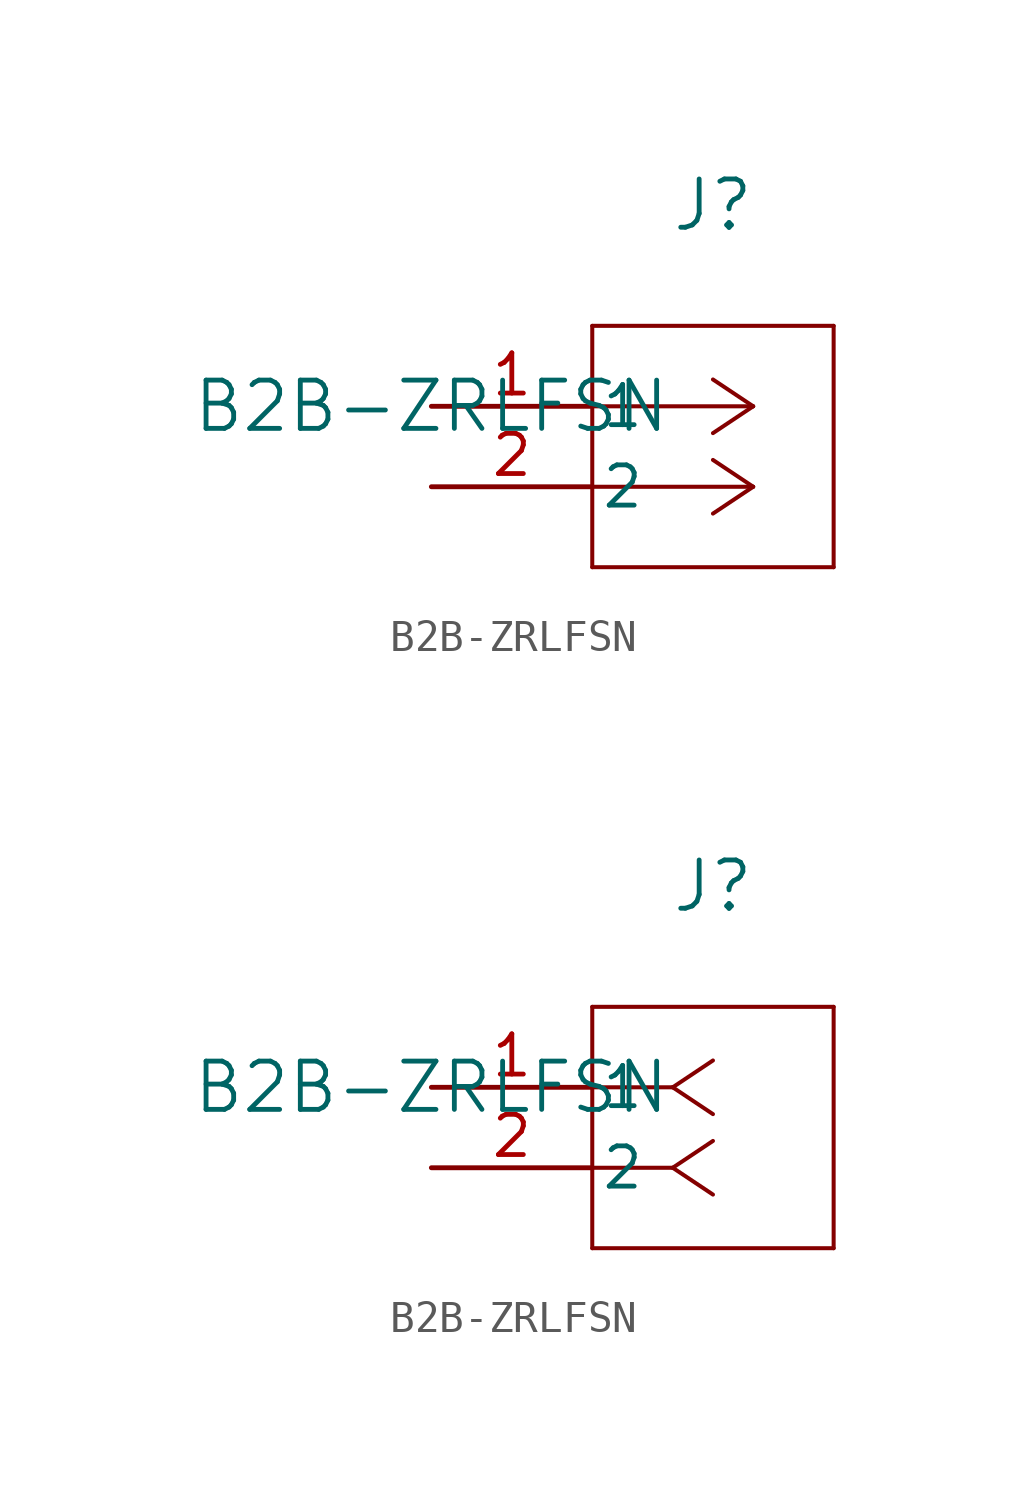
<source format=kicad_sym>
(kicad_symbol_lib
  (version 20211014)
  (generator kicad_symbol_editor)
  (symbol "B2B-ZRLFSN"
    (pin_names
      (offset 0.254))
    (property "Reference" "J"
      (at 8.89 6.35 0)
      (effects (font (size 1.524 1.524))))
    (property "Value" "B2B-ZRLFSN"
      (at 0 0 0)
      (effects (font (size 1.524 1.524))))
    (symbol "B2B-ZRLFSN_1_1"
      (polyline (pts (xy 10.16 0) (xy 5.08 0)) (stroke (width 0.127) (type default) (color 0 0 0 0)) (fill (type none)))
      (polyline (pts (xy 10.16 -2.54) (xy 5.08 -2.54)) (stroke (width 0.127) (type default) (color 0 0 0 0)) (fill (type none)))
      (polyline (pts (xy 10.16 0) (xy 8.89 0.847)) (stroke (width 0.127) (type default) (color 0 0 0 0)) (fill (type none)))
      (polyline (pts (xy 10.16 -2.54) (xy 8.89 -1.693)) (stroke (width 0.127) (type default) (color 0 0 0 0)) (fill (type none)))
      (polyline (pts (xy 10.16 0) (xy 8.89 -0.847)) (stroke (width 0.127) (type default) (color 0 0 0 0)) (fill (type none)))
      (polyline (pts (xy 10.16 -2.54) (xy 8.89 -3.387)) (stroke (width 0.127) (type default) (color 0 0 0 0)) (fill (type none)))
      (polyline (pts (xy 5.08 2.54) (xy 5.08 -5.08)) (stroke (width 0.127) (type default) (color 0 0 0 0)) (fill (type none)))
      (polyline (pts (xy 5.08 -5.08) (xy 12.7 -5.08)) (stroke (width 0.127) (type default) (color 0 0 0 0)) (fill (type none)))
      (polyline (pts (xy 12.7 -5.08) (xy 12.7 2.54)) (stroke (width 0.127) (type default) (color 0 0 0 0)) (fill (type none)))
      (polyline (pts (xy 12.7 2.54) (xy 5.08 2.54)) (stroke (width 0.127) (type default) (color 0 0 0 0)) (fill (type none)))
      (pin unspecified line (at 0 0 0) (length 5.08) (name "1" (effects (font (size 1.27 1.27)))) (number "1" (effects (font (size 1.27 1.27)))))
      (pin unspecified line (at 0 -2.54 0) (length 5.08) (name "2" (effects (font (size 1.27 1.27)))) (number "2" (effects (font (size 1.27 1.27))))))
    (symbol "B2B-ZRLFSN_1_2"
      (polyline (pts (xy 7.62 0) (xy 5.08 0)) (stroke (width 0.127) (type default) (color 0 0 0 0)) (fill (type none)))
      (polyline (pts (xy 7.62 -2.54) (xy 5.08 -2.54)) (stroke (width 0.127) (type default) (color 0 0 0 0)) (fill (type none)))
      (polyline (pts (xy 7.62 0) (xy 8.89 0.847)) (stroke (width 0.127) (type default) (color 0 0 0 0)) (fill (type none)))
      (polyline (pts (xy 7.62 -2.54) (xy 8.89 -1.693)) (stroke (width 0.127) (type default) (color 0 0 0 0)) (fill (type none)))
      (polyline (pts (xy 7.62 0) (xy 8.89 -0.847)) (stroke (width 0.127) (type default) (color 0 0 0 0)) (fill (type none)))
      (polyline (pts (xy 7.62 -2.54) (xy 8.89 -3.387)) (stroke (width 0.127) (type default) (color 0 0 0 0)) (fill (type none)))
      (polyline (pts (xy 5.08 2.54) (xy 5.08 -5.08)) (stroke (width 0.127) (type default) (color 0 0 0 0)) (fill (type none)))
      (polyline (pts (xy 5.08 -5.08) (xy 12.7 -5.08)) (stroke (width 0.127) (type default) (color 0 0 0 0)) (fill (type none)))
      (polyline (pts (xy 12.7 -5.08) (xy 12.7 2.54)) (stroke (width 0.127) (type default) (color 0 0 0 0)) (fill (type none)))
      (polyline (pts (xy 12.7 2.54) (xy 5.08 2.54)) (stroke (width 0.127) (type default) (color 0 0 0 0)) (fill (type none)))
      (pin unspecified line (at 0 0 0) (length 5.08) (name "1" (effects (font (size 1.27 1.27)))) (number "1" (effects (font (size 1.27 1.27)))))
      (pin unspecified line (at 0 -2.54 0) (length 5.08) (name "2" (effects (font (size 1.27 1.27)))) (number "2" (effects (font (size 1.27 1.27))))))))
</source>
